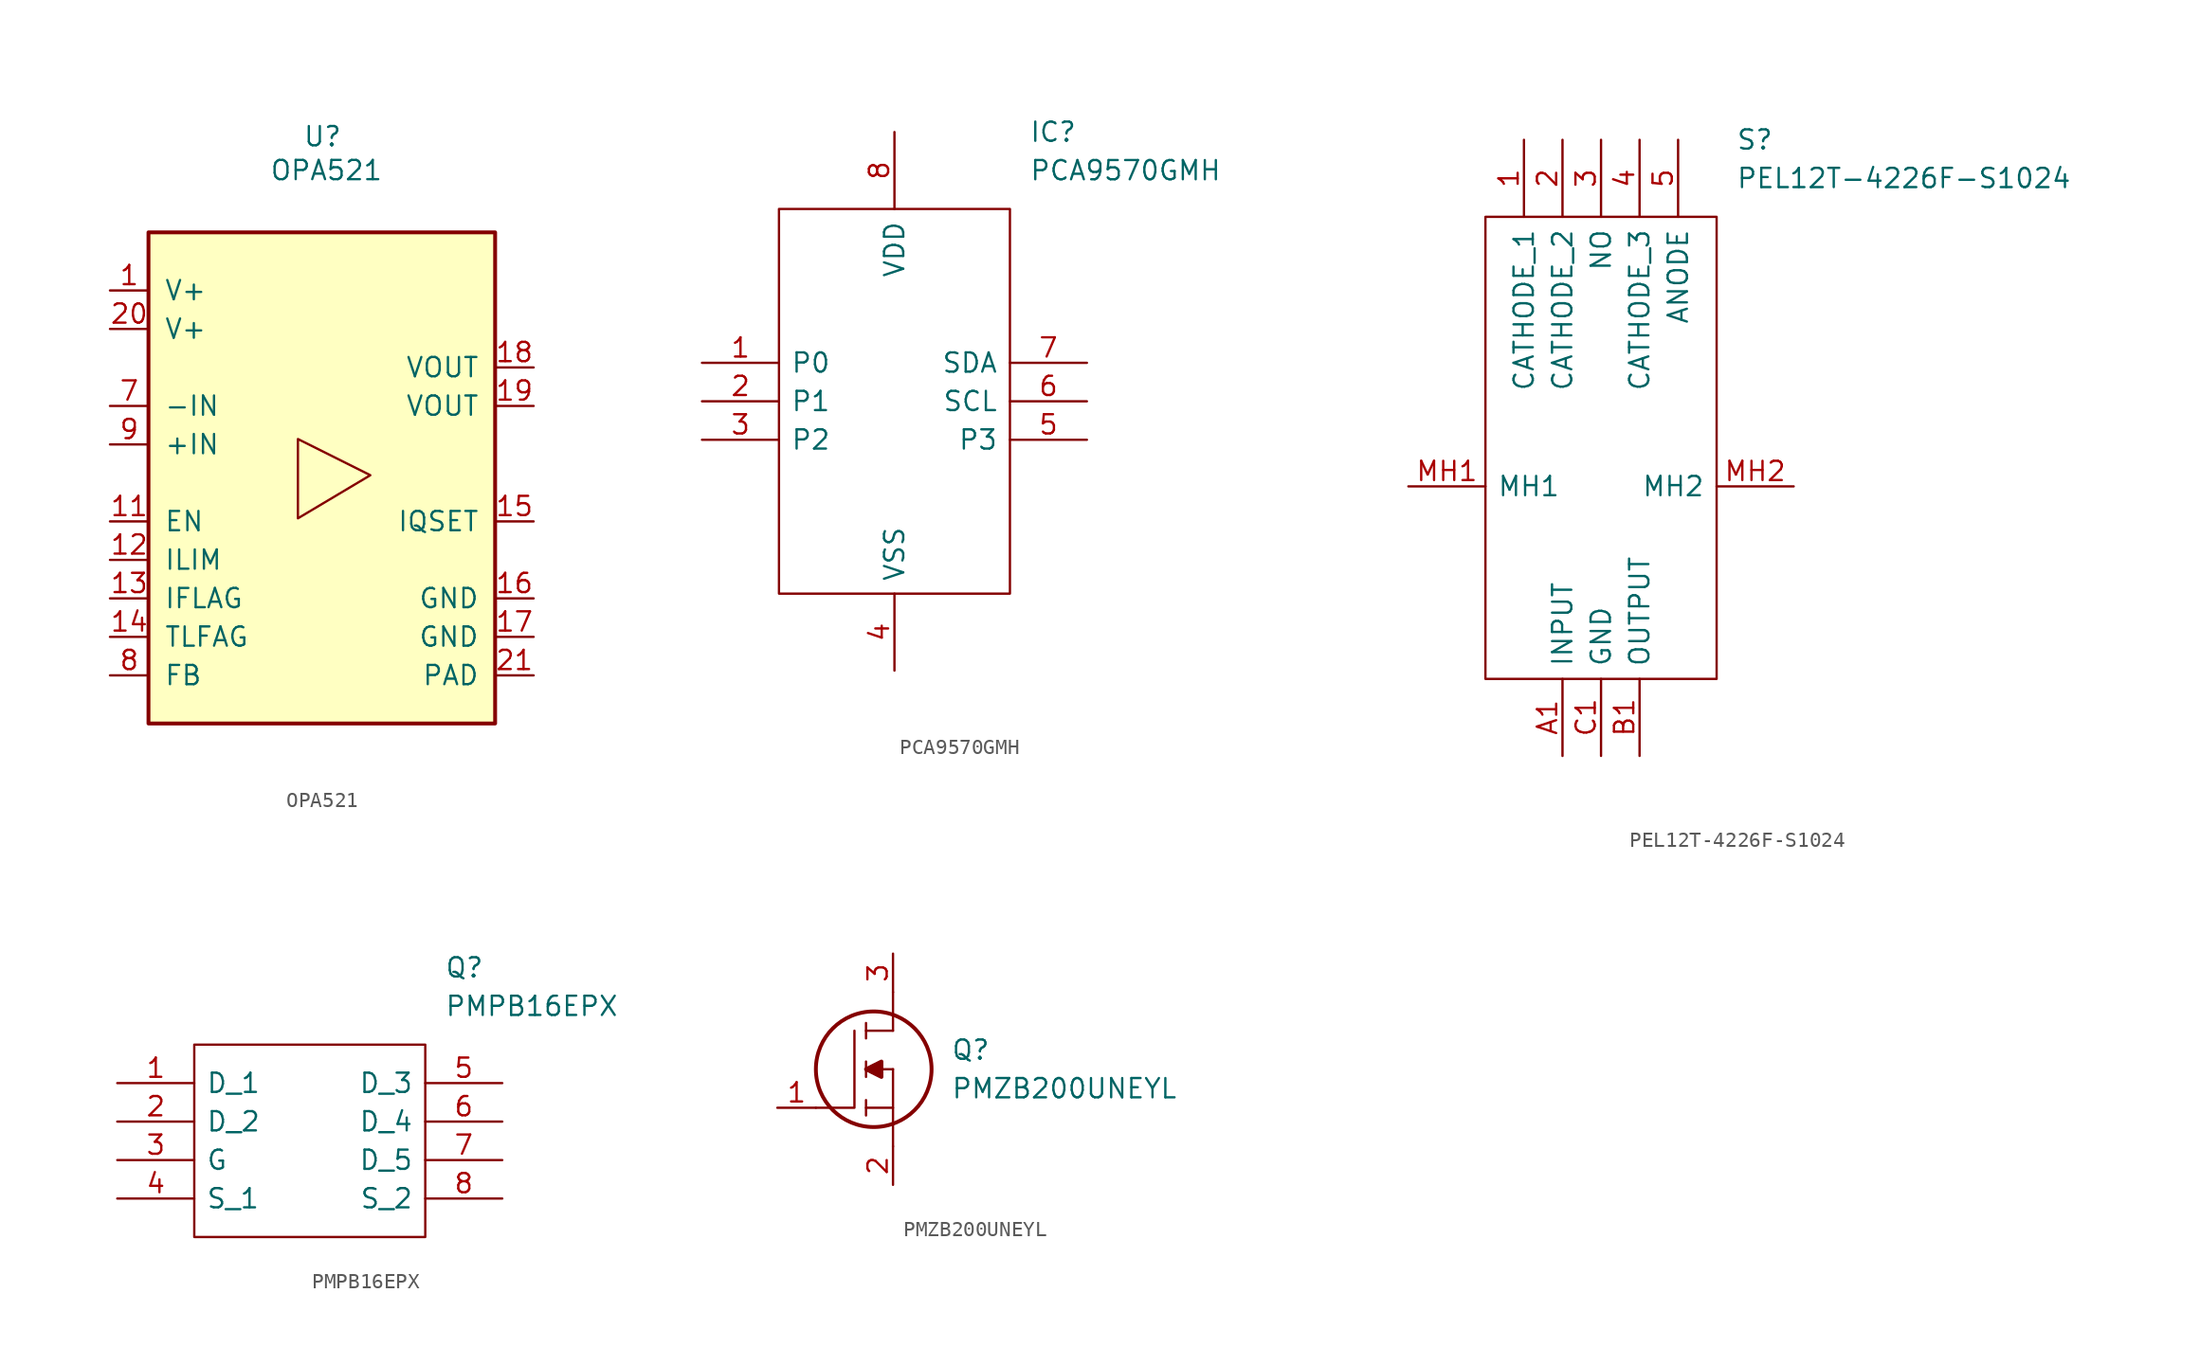
<source format=kicad_sym>
(kicad_symbol_lib
  (version 20241209)
  (generator "kicad_symbol_editor")
  (generator_version "9.0")
  (symbol "OPA521"
    (pin_names
      (offset 1.016))
    (property "Reference" "U"
      (at 0.051 22.86 0)
      (effects (font (size 1.27 1.27))))
    (property "Value" "OPA521"
      (at 0.305 20.625 0)
      (effects (font (size 1.27 1.27))))
    (symbol "OPA521_0_1"
      (rectangle (start -11.43 16.535) (end 11.43 -15.875) (stroke (width 0.254) (type solid)) (fill (type background)))
      (polyline (pts (xy -1.575 2.896) (xy -1.575 -2.337) (xy 3.2 0.508) (xy -1.575 2.896)) (stroke (width 0) (type solid)) (fill (type none))))
    (symbol "OPA521_1_1"
      (pin power_in line (at -13.97 12.7 0) (length 2.54) (name "V+" (effects (font (size 1.27 1.27)))) (number "1" (effects (font (size 1.27 1.27)))))
      (pin power_in line (at -13.97 10.16 0) (length 2.54) (name "V+" (effects (font (size 1.27 1.27)))) (number "20" (effects (font (size 1.27 1.27)))))
      (pin input line (at -13.97 5.08 0) (length 2.54) (name "-IN" (effects (font (size 1.27 1.27)))) (number "7" (effects (font (size 1.27 1.27)))))
      (pin input line (at -13.97 2.54 0) (length 2.54) (name "+IN" (effects (font (size 1.27 1.27)))) (number "9" (effects (font (size 1.27 1.27)))))
      (pin input line (at -13.97 -2.54 0) (length 2.54) (name "EN" (effects (font (size 1.27 1.27)))) (number "11" (effects (font (size 1.27 1.27)))))
      (pin input line (at -13.97 -5.08 0) (length 2.54) (name "ILIM" (effects (font (size 1.27 1.27)))) (number "12" (effects (font (size 1.27 1.27)))))
      (pin input line (at -13.97 -7.62 0) (length 2.54) (name "IFLAG" (effects (font (size 1.27 1.27)))) (number "13" (effects (font (size 1.27 1.27)))))
      (pin input line (at -13.97 -10.16 0) (length 2.54) (name "TLFAG" (effects (font (size 1.27 1.27)))) (number "14" (effects (font (size 1.27 1.27)))))
      (pin input line (at -13.97 -12.7 0) (length 2.54) (name "FB" (effects (font (size 1.27 1.27)))) (number "8" (effects (font (size 1.27 1.27)))))
      (pin power_out line (at 13.97 7.62 180) (length 2.54) (name "VOUT" (effects (font (size 1.27 1.27)))) (number "18" (effects (font (size 1.27 1.27)))))
      (pin power_out line (at 13.97 5.08 180) (length 2.54) (name "VOUT" (effects (font (size 1.27 1.27)))) (number "19" (effects (font (size 1.27 1.27)))))
      (pin input line (at 13.97 -2.54 180) (length 2.54) (name "IQSET" (effects (font (size 1.27 1.27)))) (number "15" (effects (font (size 1.27 1.27)))))
      (pin power_in line (at 13.97 -7.62 180) (length 2.54) (name "GND" (effects (font (size 1.27 1.27)))) (number "16" (effects (font (size 1.27 1.27)))))
      (pin power_in line (at 13.97 -10.16 180) (length 2.54) (name "GND" (effects (font (size 1.27 1.27)))) (number "17" (effects (font (size 1.27 1.27)))))
      (pin power_in line (at 13.97 -12.7 180) (length 2.54) (name "PAD" (effects (font (size 1.27 1.27)))) (number "21" (effects (font (size 1.27 1.27)))))))
  (symbol "PCA9570GMH"
    (pin_names
      (offset 0.762))
    (property "Reference" "IC"
      (at 21.59 15.24 0)
      (effects (font (size 1.27 1.27)) (justify left)))
    (property "Value" "PCA9570GMH"
      (at 21.59 12.7 0)
      (effects (font (size 1.27 1.27)) (justify left)))
    (symbol "PCA9570GMH_0_0"
      (pin passive line (at 0 0 0) (length 5.08) (name "P0" (effects (font (size 1.27 1.27)))) (number "1" (effects (font (size 1.27 1.27)))))
      (pin passive line (at 0 -2.54 0) (length 5.08) (name "P1" (effects (font (size 1.27 1.27)))) (number "2" (effects (font (size 1.27 1.27)))))
      (pin passive line (at 0 -5.08 0) (length 5.08) (name "P2" (effects (font (size 1.27 1.27)))) (number "3" (effects (font (size 1.27 1.27)))))
      (pin passive line (at 12.7 15.24 270) (length 5.08) (name "VDD" (effects (font (size 1.27 1.27)))) (number "8" (effects (font (size 1.27 1.27)))))
      (pin passive line (at 12.7 -20.32 90) (length 5.08) (name "VSS" (effects (font (size 1.27 1.27)))) (number "4" (effects (font (size 1.27 1.27)))))
      (pin passive line (at 25.4 0 180) (length 5.08) (name "SDA" (effects (font (size 1.27 1.27)))) (number "7" (effects (font (size 1.27 1.27)))))
      (pin passive line (at 25.4 -2.54 180) (length 5.08) (name "SCL" (effects (font (size 1.27 1.27)))) (number "6" (effects (font (size 1.27 1.27)))))
      (pin passive line (at 25.4 -5.08 180) (length 5.08) (name "P3" (effects (font (size 1.27 1.27)))) (number "5" (effects (font (size 1.27 1.27))))))
    (symbol "PCA9570GMH_0_1"
      (polyline (pts (xy 5.08 10.16) (xy 20.32 10.16) (xy 20.32 -15.24) (xy 5.08 -15.24) (xy 5.08 10.16)) (stroke (width 0.152) (type solid)) (fill (type none)))))
  (symbol "PEL12T-4226F-S1024"
    (pin_names
      (offset 0.762))
    (property "Reference" "S"
      (at 21.59 22.86 0)
      (effects (font (size 1.27 1.27)) (justify left)))
    (property "Value" "PEL12T-4226F-S1024"
      (at 21.59 20.32 0)
      (effects (font (size 1.27 1.27)) (justify left)))
    (symbol "PEL12T-4226F-S1024_0_0"
      (pin passive line (at 0 0 0) (length 5.08) (name "MH1" (effects (font (size 1.27 1.27)))) (number "MH1" (effects (font (size 1.27 1.27)))))
      (pin passive line (at 7.62 22.86 270) (length 5.08) (name "CATHODE_1" (effects (font (size 1.27 1.27)))) (number "1" (effects (font (size 1.27 1.27)))))
      (pin passive line (at 10.16 22.86 270) (length 5.08) (name "CATHODE_2" (effects (font (size 1.27 1.27)))) (number "2" (effects (font (size 1.27 1.27)))))
      (pin passive line (at 10.16 -17.78 90) (length 5.08) (name "INPUT" (effects (font (size 1.27 1.27)))) (number "A1" (effects (font (size 1.27 1.27)))))
      (pin passive line (at 12.7 22.86 270) (length 5.08) (name "NO" (effects (font (size 1.27 1.27)))) (number "3" (effects (font (size 1.27 1.27)))))
      (pin passive line (at 12.7 -17.78 90) (length 5.08) (name "GND" (effects (font (size 1.27 1.27)))) (number "C1" (effects (font (size 1.27 1.27)))))
      (pin passive line (at 15.24 22.86 270) (length 5.08) (name "CATHODE_3" (effects (font (size 1.27 1.27)))) (number "4" (effects (font (size 1.27 1.27)))))
      (pin passive line (at 15.24 -17.78 90) (length 5.08) (name "OUTPUT" (effects (font (size 1.27 1.27)))) (number "B1" (effects (font (size 1.27 1.27)))))
      (pin passive line (at 17.78 22.86 270) (length 5.08) (name "ANODE" (effects (font (size 1.27 1.27)))) (number "5" (effects (font (size 1.27 1.27)))))
      (pin passive line (at 25.4 0 180) (length 5.08) (name "MH2" (effects (font (size 1.27 1.27)))) (number "MH2" (effects (font (size 1.27 1.27))))))
    (symbol "PEL12T-4226F-S1024_0_1"
      (polyline (pts (xy 5.08 17.78) (xy 20.32 17.78) (xy 20.32 -12.7) (xy 5.08 -12.7) (xy 5.08 17.78)) (stroke (width 0.152) (type solid)) (fill (type none)))))
  (symbol "PMPB16EPX"
    (pin_names
      (offset 0.762))
    (property "Reference" "Q"
      (at 21.59 7.62 0)
      (effects (font (size 1.27 1.27)) (justify left)))
    (property "Value" "PMPB16EPX"
      (at 21.59 5.08 0)
      (effects (font (size 1.27 1.27)) (justify left)))
    (symbol "PMPB16EPX_0_0"
      (pin passive line (at 0 0 0) (length 5.08) (name "D_1" (effects (font (size 1.27 1.27)))) (number "1" (effects (font (size 1.27 1.27)))))
      (pin passive line (at 0 -2.54 0) (length 5.08) (name "D_2" (effects (font (size 1.27 1.27)))) (number "2" (effects (font (size 1.27 1.27)))))
      (pin passive line (at 0 -5.08 0) (length 5.08) (name "G" (effects (font (size 1.27 1.27)))) (number "3" (effects (font (size 1.27 1.27)))))
      (pin passive line (at 0 -7.62 0) (length 5.08) (name "S_1" (effects (font (size 1.27 1.27)))) (number "4" (effects (font (size 1.27 1.27)))))
      (pin passive line (at 25.4 0 180) (length 5.08) (name "D_3" (effects (font (size 1.27 1.27)))) (number "5" (effects (font (size 1.27 1.27)))))
      (pin passive line (at 25.4 -2.54 180) (length 5.08) (name "D_4" (effects (font (size 1.27 1.27)))) (number "6" (effects (font (size 1.27 1.27)))))
      (pin passive line (at 25.4 -5.08 180) (length 5.08) (name "D_5" (effects (font (size 1.27 1.27)))) (number "7" (effects (font (size 1.27 1.27)))))
      (pin passive line (at 25.4 -7.62 180) (length 5.08) (name "S_2" (effects (font (size 1.27 1.27)))) (number "8" (effects (font (size 1.27 1.27))))))
    (symbol "PMPB16EPX_0_1"
      (polyline (pts (xy 5.08 2.54) (xy 20.32 2.54) (xy 20.32 -10.16) (xy 5.08 -10.16) (xy 5.08 2.54)) (stroke (width 0.152) (type solid)) (fill (type none)))))
  (symbol "PMZB200UNEYL"
    (pin_names
      (offset 0.762))
    (property "Reference" "Q"
      (at 11.43 3.81 0)
      (effects (font (size 1.27 1.27)) (justify left)))
    (property "Value" "PMZB200UNEYL"
      (at 11.43 1.27 0)
      (effects (font (size 1.27 1.27)) (justify left)))
    (symbol "PMZB200UNEYL_0_0"
      (pin passive line (at 0 0 0) (length 2.54) (name "~" (effects (font (size 1.27 1.27)))) (number "1" (effects (font (size 1.27 1.27)))))
      (pin passive line (at 7.62 10.16 270) (length 2.54) (name "~" (effects (font (size 1.27 1.27)))) (number "3" (effects (font (size 1.27 1.27)))))
      (pin passive line (at 7.62 -5.08 90) (length 2.54) (name "~" (effects (font (size 1.27 1.27)))) (number "2" (effects (font (size 1.27 1.27))))))
    (symbol "PMZB200UNEYL_0_1"
      (polyline (pts (xy 2.54 0) (xy 5.08 0) (xy 5.08 5.08)) (stroke (width 0.152) (type solid)) (fill (type none)))
      (polyline (pts (xy 5.842 5.588) (xy 5.842 4.572)) (stroke (width 0.152) (type solid)) (fill (type none)))
      (polyline (pts (xy 5.842 2.54) (xy 6.858 3.048) (xy 6.858 2.032) (xy 5.842 2.54)) (stroke (width 0.254) (type solid)) (fill (type outline)))
      (polyline (pts (xy 5.842 2.032) (xy 5.842 3.048)) (stroke (width 0.152) (type solid)) (fill (type none)))
      (polyline (pts (xy 5.842 0) (xy 7.62 0)) (stroke (width 0.152) (type solid)) (fill (type none)))
      (polyline (pts (xy 5.842 -0.508) (xy 5.842 0.508)) (stroke (width 0.152) (type solid)) (fill (type none)))
      (circle (center 6.35 2.54) (radius 3.81) (stroke (width 0.254) (type solid)) (fill (type none)))
      (polyline (pts (xy 7.62 5.08) (xy 5.842 5.08)) (stroke (width 0.152) (type solid)) (fill (type none)))
      (polyline (pts (xy 7.62 5.08) (xy 7.62 7.62)) (stroke (width 0.152) (type solid)) (fill (type none)))
      (polyline (pts (xy 7.62 2.54) (xy 5.842 2.54)) (stroke (width 0.152) (type solid)) (fill (type none)))
      (polyline (pts (xy 7.62 2.54) (xy 7.62 -2.54)) (stroke (width 0.152) (type solid)) (fill (type none))))))
</source>
